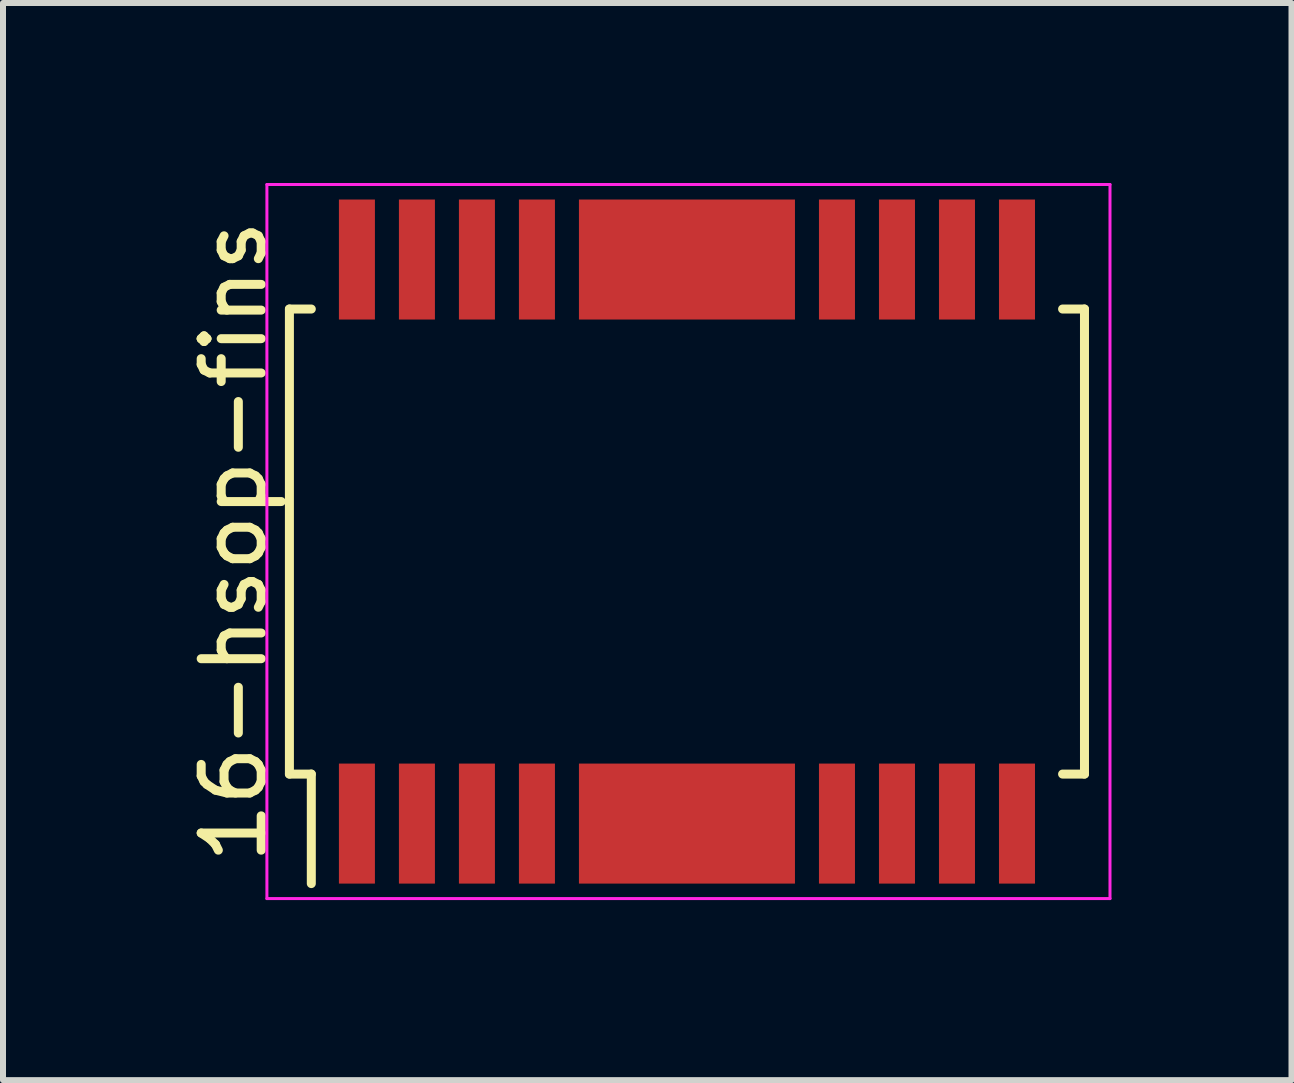
<source format=kicad_pcb>
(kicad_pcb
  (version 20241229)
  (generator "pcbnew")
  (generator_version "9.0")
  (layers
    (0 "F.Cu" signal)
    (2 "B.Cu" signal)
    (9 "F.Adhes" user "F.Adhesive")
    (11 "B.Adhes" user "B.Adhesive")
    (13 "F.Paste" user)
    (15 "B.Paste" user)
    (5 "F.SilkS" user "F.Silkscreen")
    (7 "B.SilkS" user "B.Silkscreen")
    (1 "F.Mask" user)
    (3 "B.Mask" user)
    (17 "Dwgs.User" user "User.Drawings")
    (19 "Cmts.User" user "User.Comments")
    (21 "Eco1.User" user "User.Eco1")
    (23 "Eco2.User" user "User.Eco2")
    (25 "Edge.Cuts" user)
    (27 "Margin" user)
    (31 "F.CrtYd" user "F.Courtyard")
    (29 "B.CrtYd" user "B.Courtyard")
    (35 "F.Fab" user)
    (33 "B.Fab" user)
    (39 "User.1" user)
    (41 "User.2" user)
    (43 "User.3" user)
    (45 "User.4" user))
  (footprint "16-hsop-fins"
    (layer "F.Cu")
    (at 8.398 5.975)
    (property "Reference" "16-hsop-fins" (at -7.55 0 90) (layer "F.SilkS") (effects (font (size 1 1) (thickness 0.15))))
    (attr smd)
    (fp_line (start -6.625 -3.875) (end -6.26 -3.875) (stroke (width 0.15) (type solid)) (layer "F.SilkS"))
    (fp_line (start -6.625 3.875) (end -6.625 -3.875) (stroke (width 0.15) (type solid)) (layer "F.SilkS"))
    (fp_line (start -6.625 3.875) (end -6.26 3.875) (stroke (width 0.15) (type solid)) (layer "F.SilkS"))
    (fp_line (start -6.26 3.875) (end -6.26 5.7) (stroke (width 0.15) (type solid)) (layer "F.SilkS"))
    (fp_line (start 6.625 -3.875) (end 6.26 -3.875) (stroke (width 0.15) (type solid)) (layer "F.SilkS"))
    (fp_line (start 6.625 3.875) (end 6.26 3.875) (stroke (width 0.15) (type solid)) (layer "F.SilkS"))
    (fp_line (start 6.625 3.875) (end 6.625 -3.875) (stroke (width 0.15) (type solid)) (layer "F.SilkS"))
    (fp_line (start -7 -5.95) (end 7.05 -5.95) (stroke (width 0.05) (type solid)) (layer "F.CrtYd"))
    (fp_line (start -7 5.95) (end -7 -5.95) (stroke (width 0.05) (type solid)) (layer "F.CrtYd"))
    (fp_line (start -7 5.95) (end 7.05 5.95) (stroke (width 0.05) (type solid)) (layer "F.CrtYd"))
    (fp_line (start 7.05 5.95) (end 7.05 -5.95) (stroke (width 0.05) (type solid)) (layer "F.CrtYd"))
    (pad "1" smd rect (at -5.5 4.7 90) (size 2 0.6) (layers "F.Cu" "F.Mask" "F.Paste"))
    (pad "2" smd rect (at -4.5 4.7 90) (size 2 0.6) (layers "F.Cu" "F.Mask" "F.Paste"))
    (pad "3" smd rect (at -3.5 4.7 90) (size 2 0.6) (layers "F.Cu" "F.Mask" "F.Paste"))
    (pad "4" smd rect (at -2.5 4.7 90) (size 2 0.6) (layers "F.Cu" "F.Mask" "F.Paste"))
    (pad "5" smd rect (at 2.5 4.7 90) (size 2 0.6) (layers "F.Cu" "F.Mask" "F.Paste"))
    (pad "6" smd rect (at 3.5 4.7 90) (size 2 0.6) (layers "F.Cu" "F.Mask" "F.Paste"))
    (pad "7" smd rect (at 4.5 4.7 90) (size 2 0.6) (layers "F.Cu" "F.Mask" "F.Paste"))
    (pad "8" smd rect (at 5.5 4.7 90) (size 2 0.6) (layers "F.Cu" "F.Mask" "F.Paste"))
    (pad "9" smd rect (at 5.5 -4.7 90) (size 2 0.6) (layers "F.Cu" "F.Mask" "F.Paste"))
    (pad "10" smd rect (at 4.5 -4.7 90) (size 2 0.6) (layers "F.Cu" "F.Mask" "F.Paste"))
    (pad "11" smd rect (at 3.5 -4.7 90) (size 2 0.6) (layers "F.Cu" "F.Mask" "F.Paste"))
    (pad "12" smd rect (at 2.5 -4.7 90) (size 2 0.6) (layers "F.Cu" "F.Mask" "F.Paste"))
    (pad "13" smd rect (at -2.5 -4.7 90) (size 2 0.6) (layers "F.Cu" "F.Mask" "F.Paste"))
    (pad "14" smd rect (at -3.5 -4.7 90) (size 2 0.6) (layers "F.Cu" "F.Mask" "F.Paste"))
    (pad "15" smd rect (at -4.5 -4.7 90) (size 2 0.6) (layers "F.Cu" "F.Mask" "F.Paste"))
    (pad "16" smd rect (at -5.5 -4.7 90) (size 2 0.6) (layers "F.Cu" "F.Mask" "F.Paste"))
    (pad "FIN" smd rect (at 0 -4.7 90) (size 2 3.6) (layers "F.Cu" "F.Mask" "F.Paste"))
    (pad "FIN" smd rect (at 0 4.7 90) (size 2 3.6) (layers "F.Cu" "F.Mask" "F.Paste")))
  (gr_rect
    (start -3 -3)
    (end 18.473 14.95)
    (stroke (width 0.1) (type default))
    (fill no)
    (layer "Edge.Cuts")))
</source>
